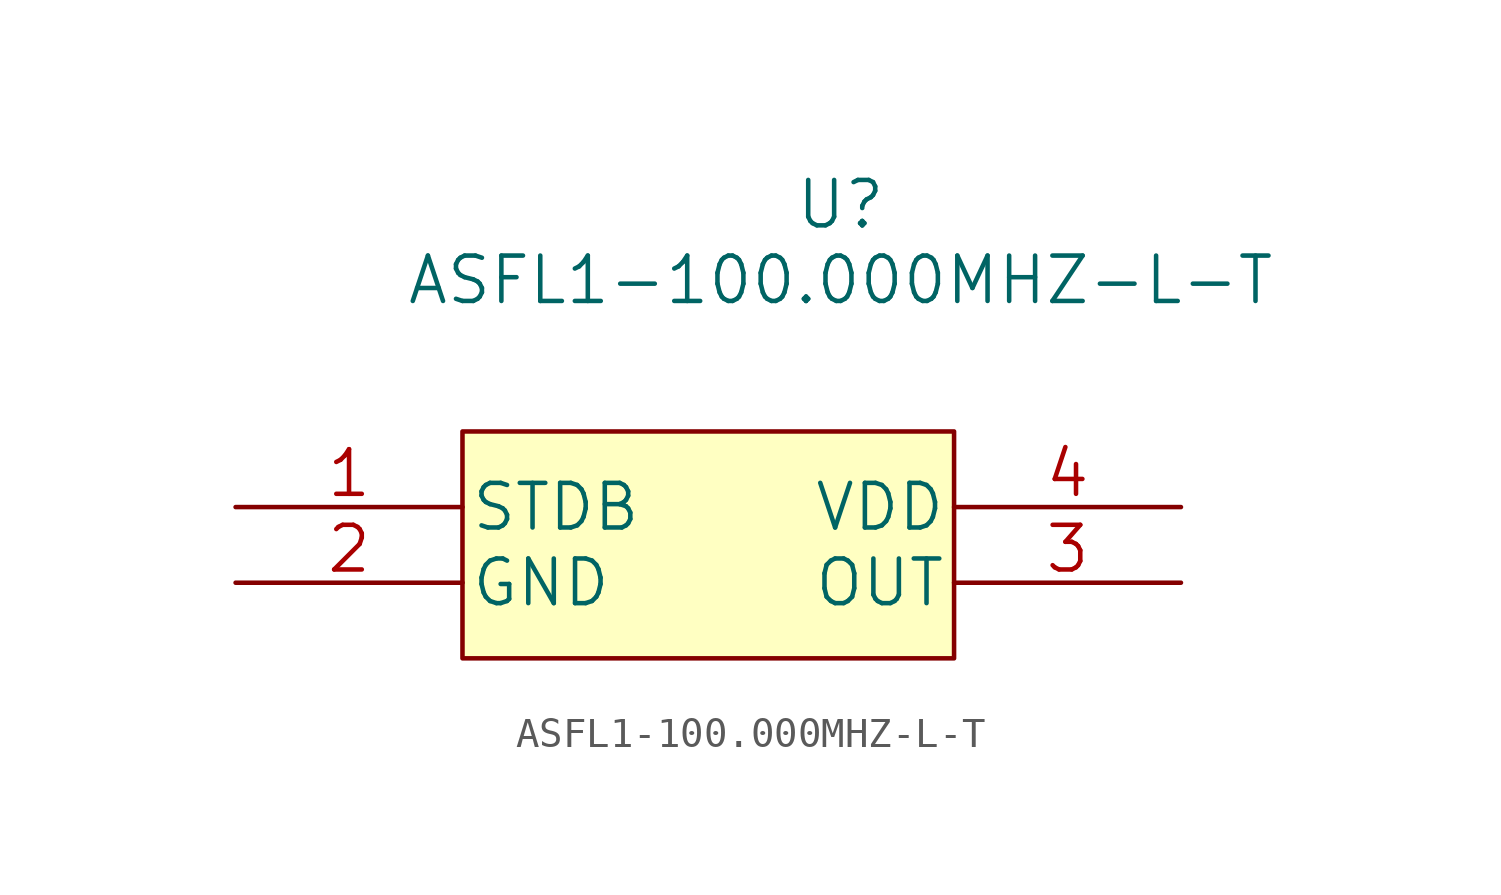
<source format=kicad_sym>
(kicad_symbol_lib
  (version 20211014)
  (generator kicad_symbol_editor)
  (symbol "ASFL1-100.000MHZ-L-T"
    (pin_names
      (offset 0.254))
    (property "Reference" "U"
      (at 20.32 10.16 0)
      (effects (font (size 1.524 1.524))))
    (property "Value" "ASFL1-100.000MHZ-L-T"
      (at 20.32 7.62 0)
      (effects (font (size 1.524 1.524))))
    (symbol "ASFL1-100.000MHZ-L-T_1_1"
      (rectangle (start 7.62 2.54) (end 24.13 -5.08) (stroke (width 0) (type default) (color 0 0 0 0)) (fill (type background)))
      (pin unspecified line (at 0 0 0) (length 7.62) (name "STDB" (effects (font (size 1.499 1.499)))) (number "1" (effects (font (size 1.499 1.499)))))
      (pin unspecified line (at 0 -2.54 0) (length 7.62) (name "GND" (effects (font (size 1.499 1.499)))) (number "2" (effects (font (size 1.499 1.499)))))
      (pin unspecified line (at 31.75 -2.54 180) (length 7.62) (name "OUT" (effects (font (size 1.499 1.499)))) (number "3" (effects (font (size 1.499 1.499)))))
      (pin unspecified line (at 31.75 0 180) (length 7.62) (name "VDD" (effects (font (size 1.499 1.499)))) (number "4" (effects (font (size 1.499 1.499))))))))
</source>
